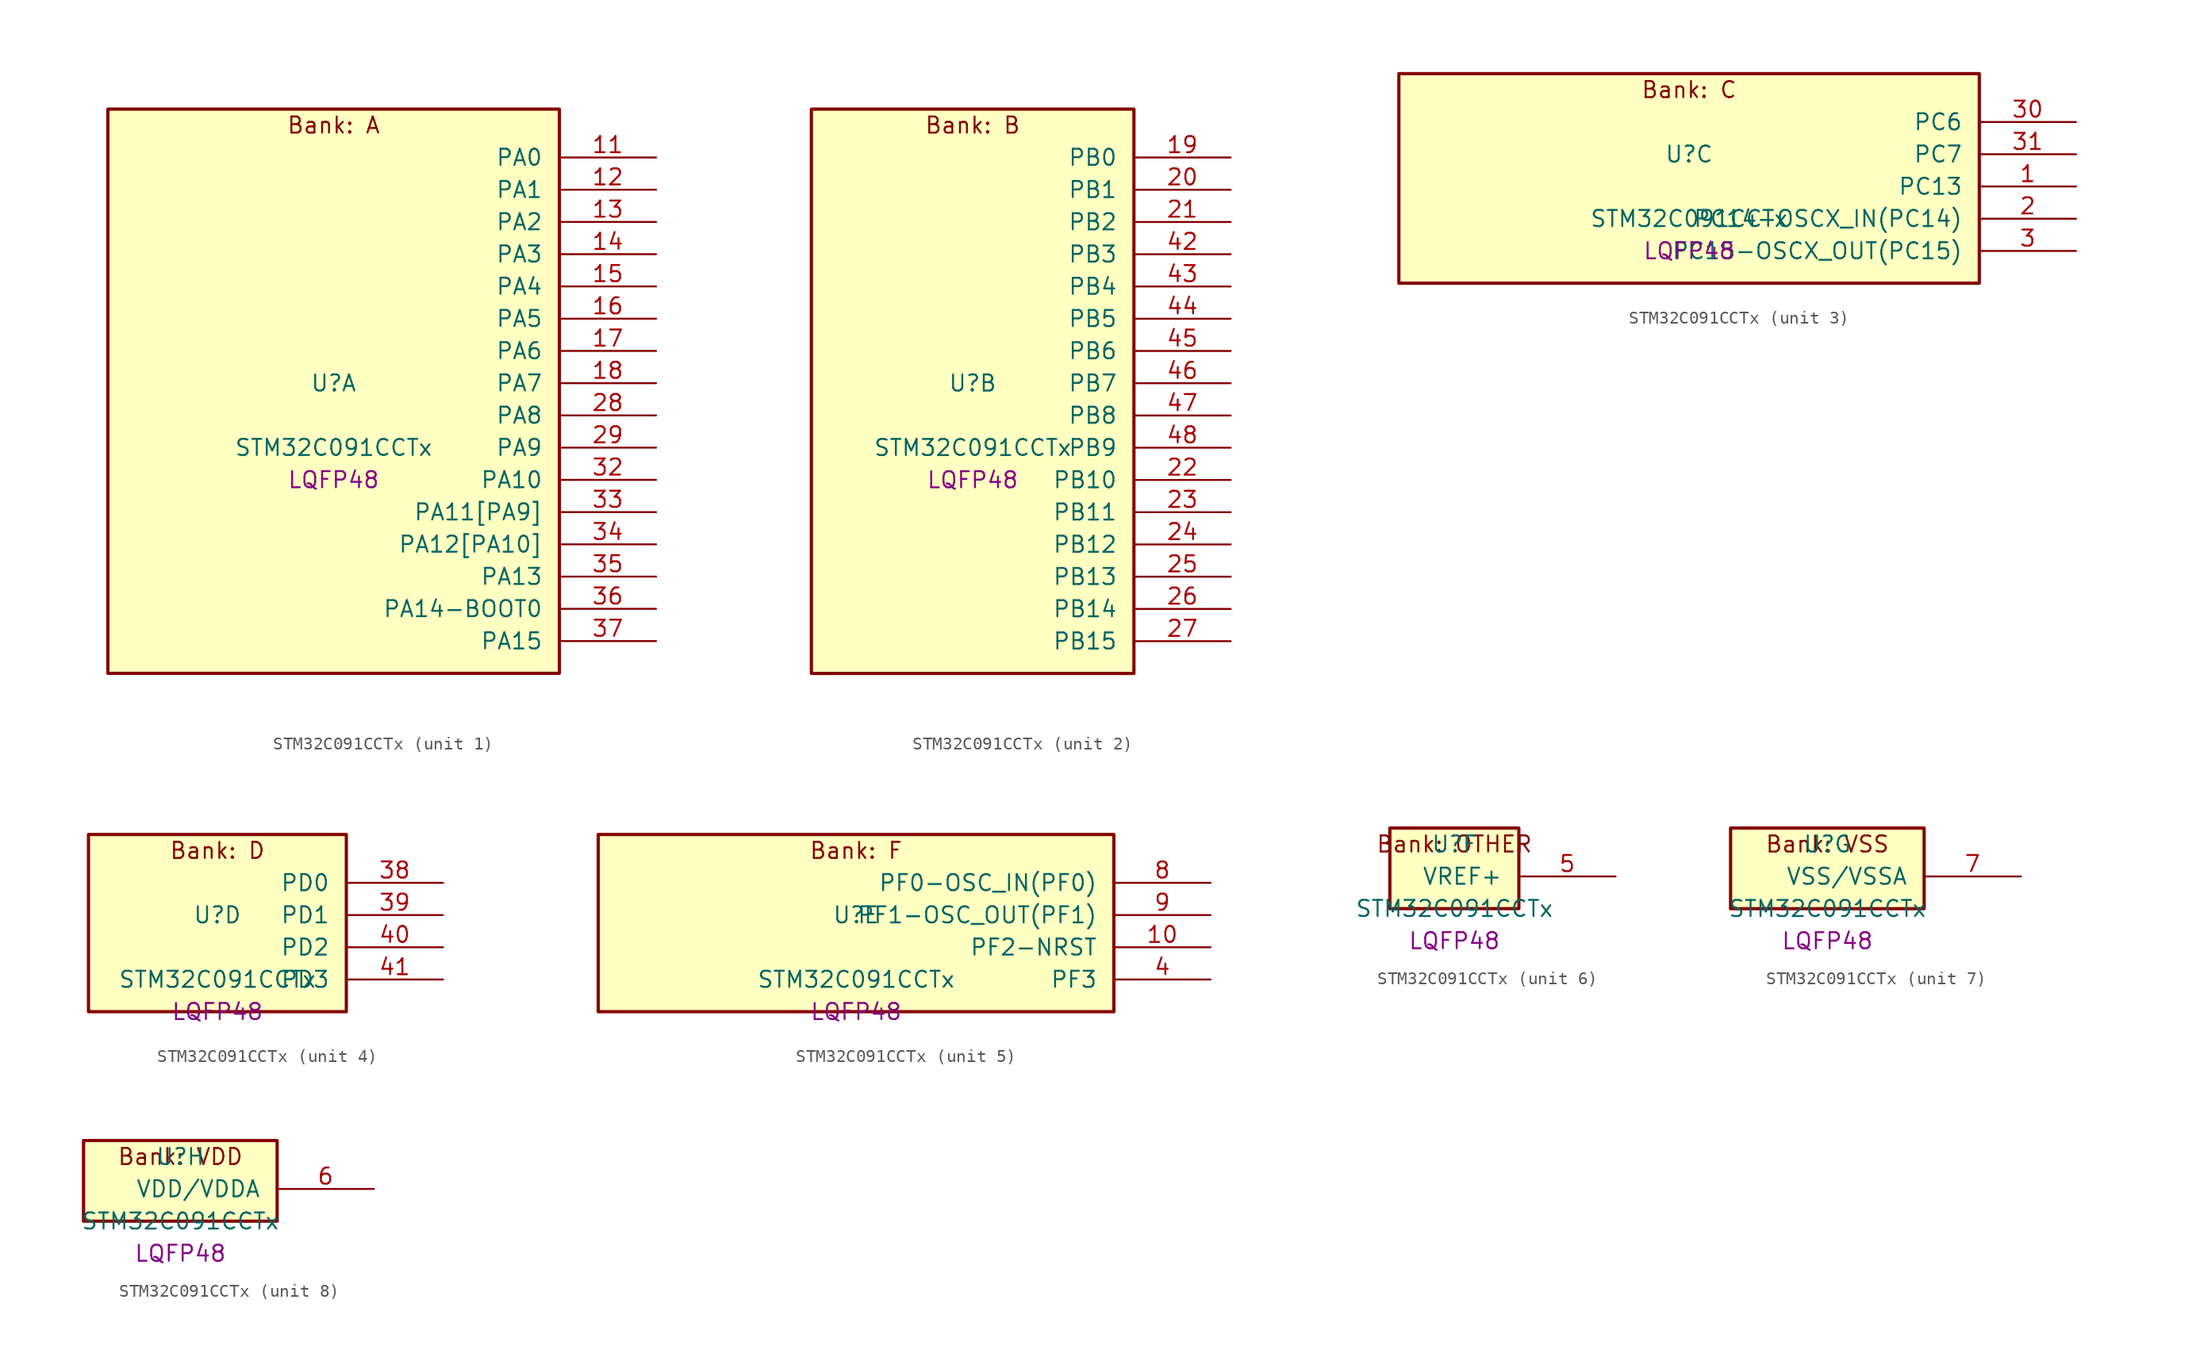
<source format=kicad_sym>
(kicad_symbol_lib
  (version 20241209)
  (generator "stm32_pkl_generator")
  (generator_version "1.0")
  (symbol "STM32C091CCTx"
    (pin_names
      (offset 1.27))
    (property "Reference" "U"
      (at 0 2.54 0))
    (property "Value" "STM32C091CCTx"
      (at 0 -2.54 0))
    (property "Footprint" "LQFP48"
      (at 0 -5.08 0))
    (symbol "STM32C091CCTx_1_1"
      (rectangle (start -17.78 24.13) (end 17.78 -20.32) (stroke (width 0.254) (type solid)) (fill (type background)))
      (text "Bank: A" (at 0 22.86 0))
      (pin bidirectional line (at 25.4 20.32 180) (length 7.62) (name "PA0") (number "11") (alternate "PA0/ADC1_IN0" bidirectional line) (alternate "PA0/PWR_WKUP1" bidirectional line) (alternate "PA0/SPI2_SCK" bidirectional line) (alternate "PA0/TIM16_CH1" bidirectional line) (alternate "PA0/TIM1_CH1" bidirectional line) (alternate "PA0/TIM2_CH1" bidirectional line) (alternate "PA0/TIM2_ETR" bidirectional line) (alternate "PA0/USART1_TX" bidirectional line) (alternate "PA0/USART2_CTS" bidirectional line) (alternate "PA0/USART2_NSS" bidirectional line) (alternate "PA0/USART4_TX" bidirectional line))
      (pin bidirectional line (at 25.4 17.78 180) (length 7.62) (name "PA1") (number "12") (alternate "PA1/ADC1_IN1" bidirectional line) (alternate "PA1/I2C1_SMBA" bidirectional line) (alternate "PA1/I2S1_CK" bidirectional line) (alternate "PA1/SPI1_SCK" bidirectional line) (alternate "PA1/TIM15_CH1N" bidirectional line) (alternate "PA1/TIM17_CH1" bidirectional line) (alternate "PA1/TIM1_CH2" bidirectional line) (alternate "PA1/TIM2_CH2" bidirectional line) (alternate "PA1/USART1_RX" bidirectional line) (alternate "PA1/USART2_CK" bidirectional line) (alternate "PA1/USART2_DE" bidirectional line) (alternate "PA1/USART2_RTS" bidirectional line) (alternate "PA1/USART4_RX" bidirectional line))
      (pin bidirectional line (at 25.4 15.24 180) (length 7.62) (name "PA2") (number "13") (alternate "PA2/ADC1_IN2" bidirectional line) (alternate "PA2/I2S1_SD" bidirectional line) (alternate "PA2/PWR_WKUP4" bidirectional line) (alternate "PA2/RCC_LSCO" bidirectional line) (alternate "PA2/SPI1_MOSI" bidirectional line) (alternate "PA2/TIM15_CH1" bidirectional line) (alternate "PA2/TIM16_CH1N" bidirectional line) (alternate "PA2/TIM1_CH3" bidirectional line) (alternate "PA2/TIM2_CH3" bidirectional line) (alternate "PA2/TIM3_ETR" bidirectional line) (alternate "PA2/USART2_TX" bidirectional line))
      (pin bidirectional line (at 25.4 12.7 180) (length 7.62) (name "PA3") (number "14") (alternate "PA3/ADC1_IN3" bidirectional line) (alternate "PA3/SPI2_MISO" bidirectional line) (alternate "PA3/TIM15_CH2" bidirectional line) (alternate "PA3/TIM1_CH1N" bidirectional line) (alternate "PA3/TIM1_CH4" bidirectional line) (alternate "PA3/TIM2_CH4" bidirectional line) (alternate "PA3/USART2_RX" bidirectional line))
      (pin bidirectional line (at 25.4 10.16 180) (length 7.62) (name "PA4") (number "15") (alternate "PA4/ADC1_IN4" bidirectional line) (alternate "PA4/I2S1_WS" bidirectional line) (alternate "PA4/RTC_OUT2" bidirectional line) (alternate "PA4/SPI1_NSS" bidirectional line) (alternate "PA4/SPI2_MOSI" bidirectional line) (alternate "PA4/TIM14_CH1" bidirectional line) (alternate "PA4/TIM17_CH1N" bidirectional line) (alternate "PA4/TIM1_CH2N" bidirectional line) (alternate "PA4/USART2_TX" bidirectional line))
      (pin bidirectional line (at 25.4 7.62 180) (length 7.62) (name "PA5") (number "16") (alternate "PA5/ADC1_IN5" bidirectional line) (alternate "PA5/I2S1_CK" bidirectional line) (alternate "PA5/SPI1_SCK" bidirectional line) (alternate "PA5/TIM1_CH1" bidirectional line) (alternate "PA5/TIM1_CH3N" bidirectional line) (alternate "PA5/TIM2_CH1" bidirectional line) (alternate "PA5/TIM2_ETR" bidirectional line) (alternate "PA5/USART2_RX" bidirectional line) (alternate "PA5/USART3_TX" bidirectional line))
      (pin bidirectional line (at 25.4 5.08 180) (length 7.62) (name "PA6") (number "17") (alternate "PA6/ADC1_IN6" bidirectional line) (alternate "PA6/I2C2_SDA" bidirectional line) (alternate "PA6/I2S1_MCK" bidirectional line) (alternate "PA6/SPI1_MISO" bidirectional line) (alternate "PA6/TIM16_CH1" bidirectional line) (alternate "PA6/TIM1_BKIN" bidirectional line) (alternate "PA6/TIM3_CH1" bidirectional line) (alternate "PA6/USART3_CTS" bidirectional line) (alternate "PA6/USART3_NSS" bidirectional line))
      (pin bidirectional line (at 25.4 2.54 180) (length 7.62) (name "PA7") (number "18") (alternate "PA7/ADC1_IN7" bidirectional line) (alternate "PA7/I2C2_SCL" bidirectional line) (alternate "PA7/I2S1_SD" bidirectional line) (alternate "PA7/SPI1_MOSI" bidirectional line) (alternate "PA7/TIM14_CH1" bidirectional line) (alternate "PA7/TIM17_CH1" bidirectional line) (alternate "PA7/TIM1_CH1N" bidirectional line) (alternate "PA7/TIM3_CH2" bidirectional line))
      (pin bidirectional line (at 25.4 0 180) (length 7.62) (name "PA8") (number "28") (alternate "PA8/ADC1_IN8" bidirectional line) (alternate "PA8/I2S1_WS" bidirectional line) (alternate "PA8/RCC_MCO" bidirectional line) (alternate "PA8/RCC_MCO_2" bidirectional line) (alternate "PA8/SPI1_NSS" bidirectional line) (alternate "PA8/SPI2_MISO" bidirectional line) (alternate "PA8/SPI2_NSS" bidirectional line) (alternate "PA8/TIM14_CH1" bidirectional line) (alternate "PA8/TIM1_CH1" bidirectional line) (alternate "PA8/TIM1_CH2N" bidirectional line) (alternate "PA8/TIM1_CH3N" bidirectional line) (alternate "PA8/TIM3_CH3" bidirectional line) (alternate "PA8/TIM3_CH4" bidirectional line) (alternate "PA8/USART1_RX" bidirectional line) (alternate "PA8/USART2_TX" bidirectional line))
      (pin bidirectional line (at 25.4 -2.54 180) (length 7.62) (name "PA9") (number "29") (alternate "PA9/I2C1_SCL" bidirectional line) (alternate "PA9/I2C2_SCL" bidirectional line) (alternate "PA9/RCC_MCO" bidirectional line) (alternate "PA9/SPI2_MISO" bidirectional line) (alternate "PA9/TIM15_BKIN" bidirectional line) (alternate "PA9/TIM1_CH2" bidirectional line) (alternate "PA9/TIM3_ETR" bidirectional line) (alternate "PA9/USART1_TX" bidirectional line) (alternate "PA9/NC" bidirectional line))
      (pin bidirectional line (at 25.4 -5.08 180) (length 7.62) (name "PA10") (number "32") (alternate "PA10/I2C1_SDA" bidirectional line) (alternate "PA10/I2C2_SDA" bidirectional line) (alternate "PA10/RCC_MCO_2" bidirectional line) (alternate "PA10/SPI2_MOSI" bidirectional line) (alternate "PA10/TIM17_BKIN" bidirectional line) (alternate "PA10/TIM1_CH3" bidirectional line) (alternate "PA10/USART1_RX" bidirectional line) (alternate "PA10/NC" bidirectional line))
      (pin bidirectional line (at 25.4 -7.62 180) (length 7.62) (name "PA11[PA9]") (number "33") (alternate "PA11[PA9]/ADC1_EXTI11" bidirectional line) (alternate "PA11[PA9]/I2C2_SCL" bidirectional line) (alternate "PA11[PA9]/I2S1_MCK" bidirectional line) (alternate "PA11[PA9]/SPI1_MISO" bidirectional line) (alternate "PA11[PA9]/TIM1_BKIN2" bidirectional line) (alternate "PA11[PA9]/TIM1_CH4" bidirectional line) (alternate "PA11[PA9]/USART1_CTS" bidirectional line) (alternate "PA11[PA9]/USART1_NSS" bidirectional line) (alternate "PA11[PA9]/PA9[PA11]" bidirectional line) (alternate "PA11[PA9]/I2C1_SCL" bidirectional line) (alternate "PA11[PA9]/RCC_MCO" bidirectional line) (alternate "PA11[PA9]/SPI2_MISO" bidirectional line) (alternate "PA11[PA9]/TIM15_BKIN" bidirectional line) (alternate "PA11[PA9]/TIM1_CH2" bidirectional line) (alternate "PA11[PA9]/TIM3_ETR" bidirectional line) (alternate "PA11[PA9]/USART1_TX" bidirectional line))
      (pin bidirectional line (at 25.4 -10.16 180) (length 7.62) (name "PA12[PA10]") (number "34") (alternate "PA12[PA10]/I2C2_SDA" bidirectional line) (alternate "PA12[PA10]/I2S1_SD" bidirectional line) (alternate "PA12[PA10]/I2S_CKIN" bidirectional line) (alternate "PA12[PA10]/SPI1_MOSI" bidirectional line) (alternate "PA12[PA10]/TIM1_ETR" bidirectional line) (alternate "PA12[PA10]/USART1_CK" bidirectional line) (alternate "PA12[PA10]/USART1_DE" bidirectional line) (alternate "PA12[PA10]/USART1_RTS" bidirectional line) (alternate "PA12[PA10]/PA10[PA12]" bidirectional line) (alternate "PA12[PA10]/I2C1_SDA" bidirectional line) (alternate "PA12[PA10]/RCC_MCO_2" bidirectional line) (alternate "PA12[PA10]/SPI2_MOSI" bidirectional line) (alternate "PA12[PA10]/TIM17_BKIN" bidirectional line) (alternate "PA12[PA10]/TIM1_CH3" bidirectional line) (alternate "PA12[PA10]/USART1_RX" bidirectional line))
      (pin bidirectional line (at 25.4 -12.7 180) (length 7.62) (name "PA13") (number "35") (alternate "PA13/ADC1_IN13" bidirectional line) (alternate "PA13/DEBUG_SWDIO" bidirectional line) (alternate "PA13/IR_OUT" bidirectional line) (alternate "PA13/TIM3_ETR" bidirectional line) (alternate "PA13/USART2_RX" bidirectional line))
      (pin bidirectional line (at 25.4 -15.24 180) (length 7.62) (name "PA14-BOOT0") (number "36") (alternate "PA14-BOOT0/ADC1_IN14" bidirectional line) (alternate "PA14-BOOT0/BOOT0" bidirectional line) (alternate "PA14-BOOT0/DEBUG_SWCLK" bidirectional line) (alternate "PA14-BOOT0/I2S1_WS" bidirectional line) (alternate "PA14-BOOT0/RCC_MCO_2" bidirectional line) (alternate "PA14-BOOT0/SPI1_NSS" bidirectional line) (alternate "PA14-BOOT0/TIM1_CH1" bidirectional line) (alternate "PA14-BOOT0/USART1_CK" bidirectional line) (alternate "PA14-BOOT0/USART1_DE" bidirectional line) (alternate "PA14-BOOT0/USART1_RTS" bidirectional line) (alternate "PA14-BOOT0/USART2_RX" bidirectional line) (alternate "PA14-BOOT0/USART2_TX" bidirectional line))
      (pin bidirectional line (at 25.4 -17.78 180) (length 7.62) (name "PA15") (number "37") (alternate "PA15/I2S1_WS" bidirectional line) (alternate "PA15/RCC_MCO_2" bidirectional line) (alternate "PA15/SPI1_NSS" bidirectional line) (alternate "PA15/TIM1_CH1" bidirectional line) (alternate "PA15/TIM2_CH1" bidirectional line) (alternate "PA15/TIM2_ETR" bidirectional line) (alternate "PA15/USART1_CK" bidirectional line) (alternate "PA15/USART1_DE" bidirectional line) (alternate "PA15/USART1_RTS" bidirectional line) (alternate "PA15/USART2_RX" bidirectional line) (alternate "PA15/USART3_CK" bidirectional line) (alternate "PA15/USART3_DE" bidirectional line) (alternate "PA15/USART3_RTS" bidirectional line) (alternate "PA15/USART4_CK" bidirectional line) (alternate "PA15/USART4_DE" bidirectional line) (alternate "PA15/USART4_RTS" bidirectional line)))
    (symbol "STM32C091CCTx_2_1"
      (rectangle (start -12.7 24.13) (end 12.7 -20.32) (stroke (width 0.254) (type solid)) (fill (type background)))
      (text "Bank: B" (at 0 22.86 0))
      (pin bidirectional line (at 20.32 20.32 180) (length 7.62) (name "PB0") (number "19") (alternate "PB0/ADC1_IN17" bidirectional line) (alternate "PB0/I2S1_WS" bidirectional line) (alternate "PB0/SPI1_NSS" bidirectional line) (alternate "PB0/TIM1_CH2N" bidirectional line) (alternate "PB0/TIM3_CH3" bidirectional line) (alternate "PB0/USART3_RX" bidirectional line))
      (pin bidirectional line (at 20.32 17.78 180) (length 7.62) (name "PB1") (number "20") (alternate "PB1/ADC1_IN18" bidirectional line) (alternate "PB1/TIM14_CH1" bidirectional line) (alternate "PB1/TIM1_CH2N" bidirectional line) (alternate "PB1/TIM1_CH3N" bidirectional line) (alternate "PB1/TIM3_CH4" bidirectional line) (alternate "PB1/USART3_CK" bidirectional line) (alternate "PB1/USART3_DE" bidirectional line) (alternate "PB1/USART3_RTS" bidirectional line))
      (pin bidirectional line (at 20.32 15.24 180) (length 7.62) (name "PB2") (number "21") (alternate "PB2/ADC1_IN19" bidirectional line) (alternate "PB2/RCC_MCO_2" bidirectional line) (alternate "PB2/SPI2_MISO" bidirectional line) (alternate "PB2/USART1_RX" bidirectional line) (alternate "PB2/USART3_TX" bidirectional line))
      (pin bidirectional line (at 20.32 12.7 180) (length 7.62) (name "PB3") (number "42") (alternate "PB3/I2C2_SCL" bidirectional line) (alternate "PB3/I2S1_CK" bidirectional line) (alternate "PB3/SPI1_SCK" bidirectional line) (alternate "PB3/TIM1_CH2" bidirectional line) (alternate "PB3/TIM2_CH2" bidirectional line) (alternate "PB3/TIM3_CH2" bidirectional line) (alternate "PB3/USART1_CK" bidirectional line) (alternate "PB3/USART1_DE" bidirectional line) (alternate "PB3/USART1_RTS" bidirectional line))
      (pin bidirectional line (at 20.32 10.16 180) (length 7.62) (name "PB4") (number "43") (alternate "PB4/I2C2_SDA" bidirectional line) (alternate "PB4/I2S1_MCK" bidirectional line) (alternate "PB4/SPI1_MISO" bidirectional line) (alternate "PB4/TIM17_BKIN" bidirectional line) (alternate "PB4/TIM3_CH1" bidirectional line) (alternate "PB4/USART1_CTS" bidirectional line) (alternate "PB4/USART1_NSS" bidirectional line))
      (pin bidirectional line (at 20.32 7.62 180) (length 7.62) (name "PB5") (number "44") (alternate "PB5/I2C1_SMBA" bidirectional line) (alternate "PB5/I2S1_SD" bidirectional line) (alternate "PB5/PWR_WKUP6" bidirectional line) (alternate "PB5/SPI1_MOSI" bidirectional line) (alternate "PB5/TIM16_BKIN" bidirectional line) (alternate "PB5/TIM3_CH2" bidirectional line) (alternate "PB5/TIM3_CH3" bidirectional line))
      (pin bidirectional line (at 20.32 5.08 180) (length 7.62) (name "PB6") (number "45") (alternate "PB6/I2C1_SCL" bidirectional line) (alternate "PB6/I2C1_SMBA" bidirectional line) (alternate "PB6/I2S1_CK" bidirectional line) (alternate "PB6/I2S1_MCK" bidirectional line) (alternate "PB6/I2S1_SD" bidirectional line) (alternate "PB6/PWR_WKUP3" bidirectional line) (alternate "PB6/SPI1_MISO" bidirectional line) (alternate "PB6/SPI1_MOSI" bidirectional line) (alternate "PB6/SPI1_SCK" bidirectional line) (alternate "PB6/SPI2_MISO" bidirectional line) (alternate "PB6/TIM16_BKIN" bidirectional line) (alternate "PB6/TIM16_CH1N" bidirectional line) (alternate "PB6/TIM1_CH2" bidirectional line) (alternate "PB6/TIM1_CH3" bidirectional line) (alternate "PB6/TIM3_CH1" bidirectional line) (alternate "PB6/TIM3_CH2" bidirectional line) (alternate "PB6/TIM3_CH3" bidirectional line) (alternate "PB6/USART1_CTS" bidirectional line) (alternate "PB6/USART1_NSS" bidirectional line) (alternate "PB6/USART1_TX" bidirectional line))
      (pin bidirectional line (at 20.32 2.54 180) (length 7.62) (name "PB7") (number "46") (alternate "PB7/I2C1_SCL" bidirectional line) (alternate "PB7/I2C1_SDA" bidirectional line) (alternate "PB7/SPI2_MOSI" bidirectional line) (alternate "PB7/TIM16_CH1" bidirectional line) (alternate "PB7/TIM17_CH1N" bidirectional line) (alternate "PB7/TIM1_CH4" bidirectional line) (alternate "PB7/TIM3_CH1" bidirectional line) (alternate "PB7/TIM3_CH4" bidirectional line) (alternate "PB7/USART1_RX" bidirectional line) (alternate "PB7/USART2_CTS" bidirectional line) (alternate "PB7/USART2_NSS" bidirectional line) (alternate "PB7/USART4_CTS" bidirectional line) (alternate "PB7/USART4_NSS" bidirectional line))
      (pin bidirectional line (at 20.32 0 180) (length 7.62) (name "PB8") (number "47") (alternate "PB8/I2C1_SCL" bidirectional line) (alternate "PB8/SPI2_SCK" bidirectional line) (alternate "PB8/TIM15_BKIN" bidirectional line) (alternate "PB8/TIM16_CH1" bidirectional line) (alternate "PB8/TIM3_CH1" bidirectional line) (alternate "PB8/USART2_CTS" bidirectional line) (alternate "PB8/USART2_NSS" bidirectional line) (alternate "PB8/USART3_TX" bidirectional line))
      (pin bidirectional line (at 20.32 -2.54 180) (length 7.62) (name "PB9") (number "48") (alternate "PB9/I2C1_SDA" bidirectional line) (alternate "PB9/IR_OUT" bidirectional line) (alternate "PB9/SPI2_NSS" bidirectional line) (alternate "PB9/TIM17_CH1" bidirectional line) (alternate "PB9/TIM3_CH2" bidirectional line) (alternate "PB9/USART2_CK" bidirectional line) (alternate "PB9/USART2_DE" bidirectional line) (alternate "PB9/USART2_RTS" bidirectional line) (alternate "PB9/USART3_RX" bidirectional line))
      (pin bidirectional line (at 20.32 -5.08 180) (length 7.62) (name "PB10") (number "22") (alternate "PB10/ADC1_IN20" bidirectional line) (alternate "PB10/I2C2_SCL" bidirectional line) (alternate "PB10/SPI2_SCK" bidirectional line) (alternate "PB10/TIM2_CH3" bidirectional line) (alternate "PB10/USART3_TX" bidirectional line))
      (pin bidirectional line (at 20.32 -7.62 180) (length 7.62) (name "PB11") (number "23") (alternate "PB11/ADC1_EXTI11" bidirectional line) (alternate "PB11/ADC1_IN21" bidirectional line) (alternate "PB11/I2C2_SDA" bidirectional line) (alternate "PB11/SPI2_MOSI" bidirectional line) (alternate "PB11/TIM2_CH4" bidirectional line) (alternate "PB11/USART3_RX" bidirectional line))
      (pin bidirectional line (at 20.32 -10.16 180) (length 7.62) (name "PB12") (number "24") (alternate "PB12/ADC1_IN22" bidirectional line) (alternate "PB12/SPI2_NSS" bidirectional line) (alternate "PB12/TIM15_BKIN" bidirectional line) (alternate "PB12/TIM1_BKIN" bidirectional line) (alternate "PB12/TIM1_BKIN2" bidirectional line))
      (pin bidirectional line (at 20.32 -12.7 180) (length 7.62) (name "PB13") (number "25") (alternate "PB13/I2C2_SCL" bidirectional line) (alternate "PB13/SPI2_SCK" bidirectional line) (alternate "PB13/TIM15_CH1N" bidirectional line) (alternate "PB13/TIM1_CH1N" bidirectional line) (alternate "PB13/USART3_CTS" bidirectional line) (alternate "PB13/USART3_NSS" bidirectional line))
      (pin bidirectional line (at 20.32 -15.24 180) (length 7.62) (name "PB14") (number "26") (alternate "PB14/I2C2_SDA" bidirectional line) (alternate "PB14/SPI2_MISO" bidirectional line) (alternate "PB14/TIM15_CH1" bidirectional line) (alternate "PB14/TIM1_CH2N" bidirectional line) (alternate "PB14/USART3_CK" bidirectional line) (alternate "PB14/USART3_DE" bidirectional line) (alternate "PB14/USART3_RTS" bidirectional line))
      (pin bidirectional line (at 20.32 -17.78 180) (length 7.62) (name "PB15") (number "27") (alternate "PB15/RTC_REFIN" bidirectional line) (alternate "PB15/SPI2_MOSI" bidirectional line) (alternate "PB15/TIM15_CH1N" bidirectional line) (alternate "PB15/TIM15_CH2" bidirectional line) (alternate "PB15/TIM1_CH3N" bidirectional line)))
    (symbol "STM32C091CCTx_3_1"
      (rectangle (start -22.86 8.89) (end 22.86 -7.62) (stroke (width 0.254) (type solid)) (fill (type background)))
      (text "Bank: C" (at 0 7.62 0))
      (pin bidirectional line (at 30.48 5.08 180) (length 7.62) (name "PC6") (number "30") (alternate "PC6/TIM2_CH3" bidirectional line) (alternate "PC6/TIM3_CH1" bidirectional line))
      (pin bidirectional line (at 30.48 2.54 180) (length 7.62) (name "PC7") (number "31") (alternate "PC7/TIM2_CH4" bidirectional line) (alternate "PC7/TIM3_CH2" bidirectional line))
      (pin bidirectional line (at 30.48 0 180) (length 7.62) (name "PC13") (number "1") (alternate "PC13/PWR_WKUP2" bidirectional line) (alternate "PC13/RTC_OUT1" bidirectional line) (alternate "PC13/RTC_TS" bidirectional line) (alternate "PC13/TIM1_BKIN" bidirectional line) (alternate "PC13/TIM1_ETR" bidirectional line))
      (pin bidirectional line (at 30.48 -2.54 180) (length 7.62) (name "PC14-OSCX_IN(PC14)") (number "2") (alternate "PC14-OSCX_IN(PC14)/I2C1_SDA" bidirectional line) (alternate "PC14-OSCX_IN(PC14)/IR_OUT" bidirectional line) (alternate "PC14-OSCX_IN(PC14)/RCC_OSCX_IN" bidirectional line) (alternate "PC14-OSCX_IN(PC14)/SPI2_NSS" bidirectional line) (alternate "PC14-OSCX_IN(PC14)/TIM17_CH1" bidirectional line) (alternate "PC14-OSCX_IN(PC14)/TIM1_BKIN2" bidirectional line) (alternate "PC14-OSCX_IN(PC14)/TIM1_ETR" bidirectional line) (alternate "PC14-OSCX_IN(PC14)/TIM3_CH2" bidirectional line) (alternate "PC14-OSCX_IN(PC14)/USART1_TX" bidirectional line) (alternate "PC14-OSCX_IN(PC14)/USART2_CK" bidirectional line) (alternate "PC14-OSCX_IN(PC14)/USART2_DE" bidirectional line) (alternate "PC14-OSCX_IN(PC14)/USART2_RTS" bidirectional line) (alternate "PC14-OSCX_IN(PC14)/USART3_TX" bidirectional line))
      (pin bidirectional line (at 30.48 -5.08 180) (length 7.62) (name "PC15-OSCX_OUT(PC15)") (number "3") (alternate "PC15-OSCX_OUT(PC15)/RCC_OSC32_EN" bidirectional line) (alternate "PC15-OSCX_OUT(PC15)/RCC_OSCX_OUT" bidirectional line) (alternate "PC15-OSCX_OUT(PC15)/RCC_OSC_EN" bidirectional line) (alternate "PC15-OSCX_OUT(PC15)/TIM15_BKIN" bidirectional line) (alternate "PC15-OSCX_OUT(PC15)/TIM1_ETR" bidirectional line) (alternate "PC15-OSCX_OUT(PC15)/TIM3_CH3" bidirectional line)))
    (symbol "STM32C091CCTx_4_1"
      (rectangle (start -10.16 8.89) (end 10.16 -5.08) (stroke (width 0.254) (type solid)) (fill (type background)))
      (text "Bank: D" (at 0 7.62 0))
      (pin bidirectional line (at 17.78 5.08 180) (length 7.62) (name "PD0") (number "38") (alternate "PD0/SPI2_NSS" bidirectional line) (alternate "PD0/TIM16_CH1" bidirectional line))
      (pin bidirectional line (at 17.78 2.54 180) (length 7.62) (name "PD1") (number "39") (alternate "PD1/SPI2_SCK" bidirectional line) (alternate "PD1/TIM17_CH1" bidirectional line))
      (pin bidirectional line (at 17.78 0 180) (length 7.62) (name "PD2") (number "40") (alternate "PD2/TIM1_CH1N" bidirectional line) (alternate "PD2/TIM3_ETR" bidirectional line) (alternate "PD2/USART3_CK" bidirectional line) (alternate "PD2/USART3_DE" bidirectional line) (alternate "PD2/USART3_RTS" bidirectional line))
      (pin bidirectional line (at 17.78 -2.54 180) (length 7.62) (name "PD3") (number "41") (alternate "PD3/SPI2_MISO" bidirectional line) (alternate "PD3/TIM1_CH2N" bidirectional line) (alternate "PD3/USART2_CTS" bidirectional line) (alternate "PD3/USART2_NSS" bidirectional line)))
    (symbol "STM32C091CCTx_5_1"
      (rectangle (start -20.32 8.89) (end 20.32 -5.08) (stroke (width 0.254) (type solid)) (fill (type background)))
      (text "Bank: F" (at 0 7.62 0))
      (pin bidirectional line (at 27.94 5.08 180) (length 7.62) (name "PF0-OSC_IN(PF0)") (number "8") (alternate "PF0-OSC_IN(PF0)/RCC_OSC_IN" bidirectional line) (alternate "PF0-OSC_IN(PF0)/TIM14_CH1" bidirectional line))
      (pin bidirectional line (at 27.94 2.54 180) (length 7.62) (name "PF1-OSC_OUT(PF1)") (number "9") (alternate "PF1-OSC_OUT(PF1)/RCC_OSC_EN" bidirectional line) (alternate "PF1-OSC_OUT(PF1)/RCC_OSC_OUT" bidirectional line) (alternate "PF1-OSC_OUT(PF1)/TIM15_CH1N" bidirectional line))
      (pin bidirectional line (at 27.94 0 180) (length 7.62) (name "PF2-NRST") (number "10") (alternate "PF2-NRST/RCC_MCO" bidirectional line) (alternate "PF2-NRST/TIM1_CH4" bidirectional line))
      (pin bidirectional line (at 27.94 -2.54 180) (length 7.62) (name "PF3") (number "4")))
    (symbol "STM32C091CCTx_6_1"
      (rectangle (start -5.08 3.81) (end 5.08 -2.54) (stroke (width 0.254) (type solid)) (fill (type background)))
      (text "Bank: OTHER" (at 0 2.54 0))
      (pin bidirectional line (at 12.7 0 180) (length 7.62) (name "VREF+") (number "5")))
    (symbol "STM32C091CCTx_7_1"
      (rectangle (start -7.62 3.81) (end 7.62 -2.54) (stroke (width 0.254) (type solid)) (fill (type background)))
      (text "Bank: VSS" (at 0 2.54 0))
      (pin power_in line (at 15.24 0 180) (length 7.62) (name "VSS/VSSA") (number "7")))
    (symbol "STM32C091CCTx_8_1"
      (rectangle (start -7.62 3.81) (end 7.62 -2.54) (stroke (width 0.254) (type solid)) (fill (type background)))
      (text "Bank: VDD" (at 0 2.54 0))
      (pin power_in line (at 15.24 0 180) (length 7.62) (name "VDD/VDDA") (number "6")))))
</source>
